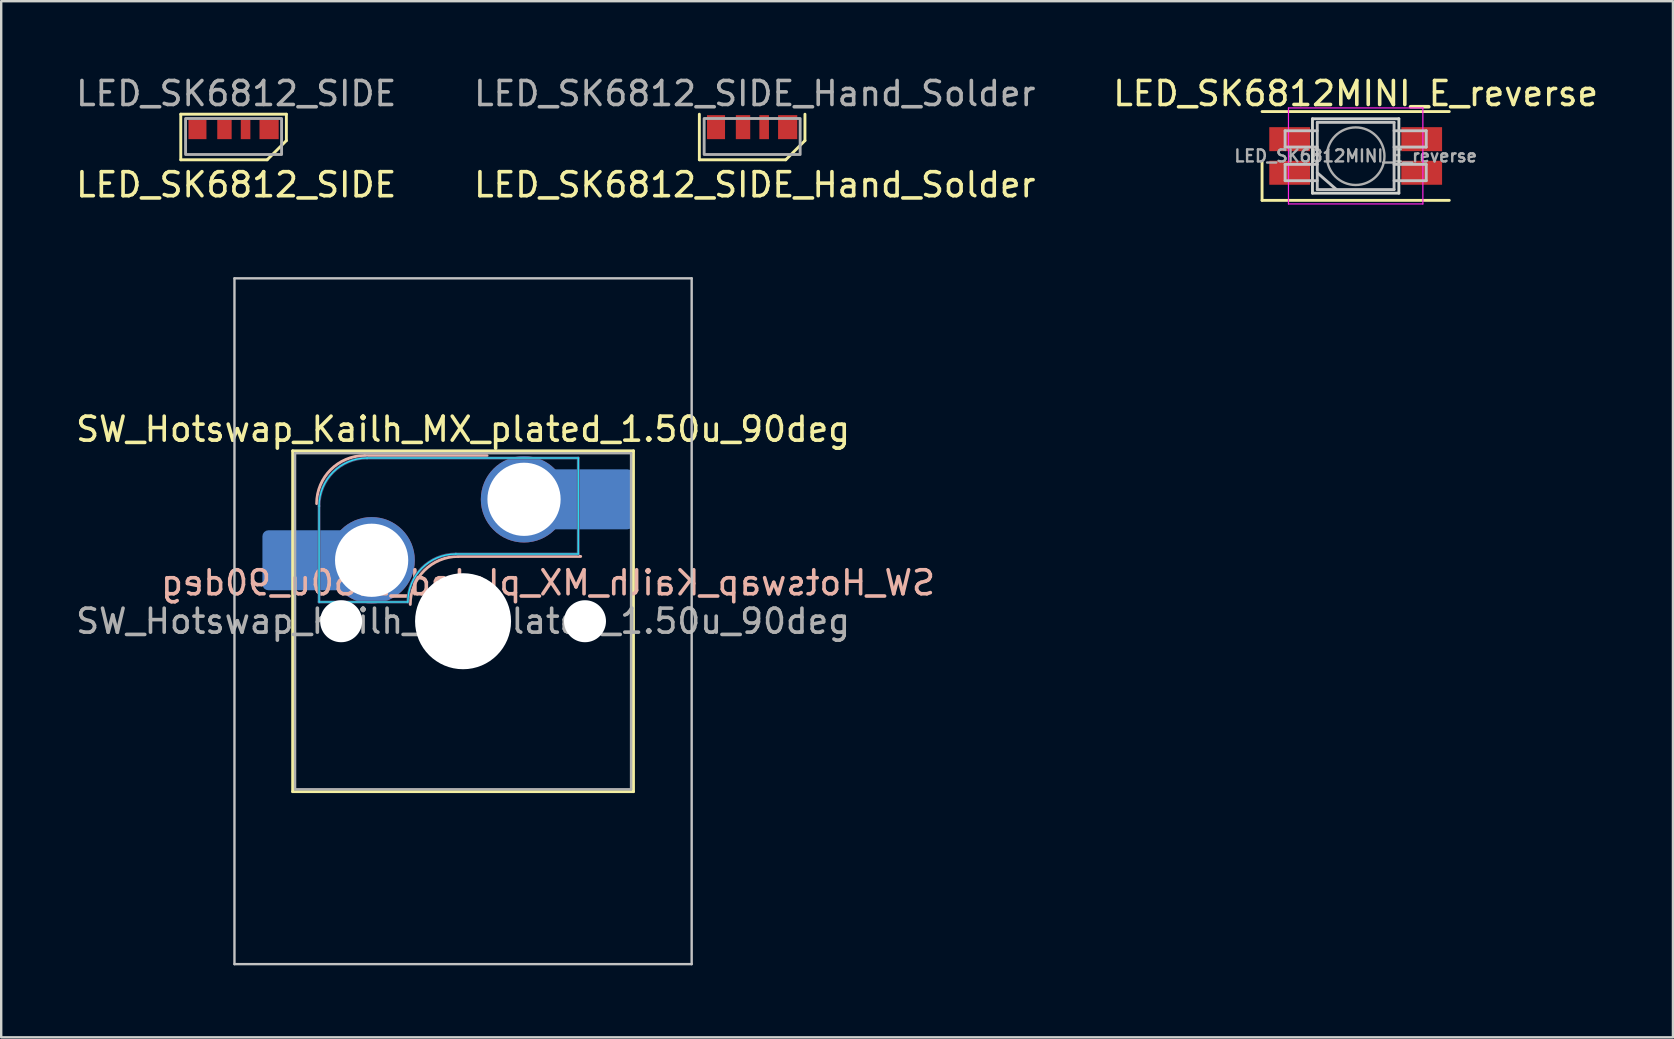
<source format=kicad_pcb>
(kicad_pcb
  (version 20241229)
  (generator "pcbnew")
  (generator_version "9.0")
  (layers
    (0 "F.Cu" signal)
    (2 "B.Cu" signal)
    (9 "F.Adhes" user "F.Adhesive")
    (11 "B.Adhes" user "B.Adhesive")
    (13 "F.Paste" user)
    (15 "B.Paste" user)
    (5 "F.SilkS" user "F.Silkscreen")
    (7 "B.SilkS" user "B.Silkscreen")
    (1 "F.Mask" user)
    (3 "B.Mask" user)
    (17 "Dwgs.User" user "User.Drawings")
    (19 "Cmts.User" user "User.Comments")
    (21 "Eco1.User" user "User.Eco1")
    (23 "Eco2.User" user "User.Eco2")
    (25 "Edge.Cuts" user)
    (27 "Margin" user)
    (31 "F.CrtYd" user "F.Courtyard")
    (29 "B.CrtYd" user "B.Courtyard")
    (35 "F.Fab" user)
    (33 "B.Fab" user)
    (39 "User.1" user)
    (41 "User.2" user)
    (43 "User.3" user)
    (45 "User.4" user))
  (footprint "SW_Hotswap_Kailh_MX_plated_1.50u_90deg"
    (layer "F.Cu")
    (at 16.244 22.834)
    (property "Reference" "SW_Hotswap_Kailh_MX_plated_1.50u_90deg" (at 0 -8 0) (layer "F.SilkS") (effects (font (size 1 1) (thickness 0.15))))
    (attr smd)
    (fp_line (start -7.1 -7.1) (end -7.1 7.1) (stroke (width 0.12) (type solid)) (layer "F.SilkS"))
    (fp_line (start -7.1 7.1) (end 7.1 7.1) (stroke (width 0.12) (type solid)) (layer "F.SilkS"))
    (fp_line (start 7.1 -7.1) (end -7.1 -7.1) (stroke (width 0.12) (type solid)) (layer "F.SilkS"))
    (fp_line (start 7.1 7.1) (end 7.1 -7.1) (stroke (width 0.12) (type solid)) (layer "F.SilkS"))
    (fp_line (start -4.1 -6.9) (end 1 -6.9) (stroke (width 0.12) (type solid)) (layer "B.SilkS"))
    (fp_line (start -0.2 -2.7) (end 4.9 -2.7) (stroke (width 0.12) (type solid)) (layer "B.SilkS"))
    (fp_arc (start -6.1 -4.9) (mid -5.514214 -6.314214) (end -4.1 -6.9) (stroke (width 0.12) (type solid)) (layer "B.SilkS"))
    (fp_arc (start -2.2 -0.7) (mid -1.614214 -2.114214) (end -0.2 -2.7) (stroke (width 0.12) (type solid)) (layer "B.SilkS"))
    (fp_line (start -9.525 -14.287) (end 9.525 -14.287) (stroke (width 0.1) (type solid)) (layer "Dwgs.User"))
    (fp_line (start -9.525 14.287) (end -9.525 -14.287) (stroke (width 0.1) (type solid)) (layer "Dwgs.User"))
    (fp_line (start 9.525 -14.287) (end 9.525 14.287) (stroke (width 0.1) (type solid)) (layer "Dwgs.User"))
    (fp_line (start 9.525 14.287) (end -9.525 14.287) (stroke (width 0.1) (type solid)) (layer "Dwgs.User"))
    (fp_line (start -7.8 -6) (end -7 -6) (stroke (width 0.1) (type solid)) (layer "Eco1.User"))
    (fp_line (start -7.8 -2.9) (end -7.8 -6) (stroke (width 0.1) (type solid)) (layer "Eco1.User"))
    (fp_line (start -7.8 2.9) (end -7 2.9) (stroke (width 0.1) (type solid)) (layer "Eco1.User"))
    (fp_line (start -7.8 6) (end -7.8 2.9) (stroke (width 0.1) (type solid)) (layer "Eco1.User"))
    (fp_line (start -7 -7) (end 7 -7) (stroke (width 0.1) (type solid)) (layer "Eco1.User"))
    (fp_line (start -7 -6) (end -7 -7) (stroke (width 0.1) (type solid)) (layer "Eco1.User"))
    (fp_line (start -7 -2.9) (end -7.8 -2.9) (stroke (width 0.1) (type solid)) (layer "Eco1.User"))
    (fp_line (start -7 2.9) (end -7 -2.9) (stroke (width 0.1) (type solid)) (layer "Eco1.User"))
    (fp_line (start -7 6) (end -7.8 6) (stroke (width 0.1) (type solid)) (layer "Eco1.User"))
    (fp_line (start -7 7) (end -7 6) (stroke (width 0.1) (type solid)) (layer "Eco1.User"))
    (fp_line (start 7 -7) (end 7 -6) (stroke (width 0.1) (type solid)) (layer "Eco1.User"))
    (fp_line (start 7 -6) (end 7.8 -6) (stroke (width 0.1) (type solid)) (layer "Eco1.User"))
    (fp_line (start 7 -2.9) (end 7 2.9) (stroke (width 0.1) (type solid)) (layer "Eco1.User"))
    (fp_line (start 7 2.9) (end 7.8 2.9) (stroke (width 0.1) (type solid)) (layer "Eco1.User"))
    (fp_line (start 7 6) (end 7 7) (stroke (width 0.1) (type solid)) (layer "Eco1.User"))
    (fp_line (start 7 7) (end -7 7) (stroke (width 0.1) (type solid)) (layer "Eco1.User"))
    (fp_line (start 7.8 -6) (end 7.8 -2.9) (stroke (width 0.1) (type solid)) (layer "Eco1.User"))
    (fp_line (start 7.8 -2.9) (end 7 -2.9) (stroke (width 0.1) (type solid)) (layer "Eco1.User"))
    (fp_line (start 7.8 2.9) (end 7.8 6) (stroke (width 0.1) (type solid)) (layer "Eco1.User"))
    (fp_line (start 7.8 6) (end 7 6) (stroke (width 0.1) (type solid)) (layer "Eco1.User"))
    (fp_line (start -6 -0.8) (end -6 -4.8) (stroke (width 0.05) (type solid)) (layer "B.CrtYd"))
    (fp_line (start -6 -0.8) (end -2.3 -0.8) (stroke (width 0.05) (type solid)) (layer "B.CrtYd"))
    (fp_line (start -4 -6.8) (end 4.8 -6.8) (stroke (width 0.05) (type solid)) (layer "B.CrtYd"))
    (fp_line (start -0.3 -2.8) (end 4.8 -2.8) (stroke (width 0.05) (type solid)) (layer "B.CrtYd"))
    (fp_line (start 4.8 -6.8) (end 4.8 -2.8) (stroke (width 0.05) (type solid)) (layer "B.CrtYd"))
    (fp_arc (start -6 -4.8) (mid -5.414214 -6.214214) (end -4 -6.8) (stroke (width 0.05) (type solid)) (layer "B.CrtYd"))
    (fp_arc (start -2.3 -0.8) (mid -1.714214 -2.214214) (end -0.3 -2.8) (stroke (width 0.05) (type solid)) (layer "B.CrtYd"))
    (fp_line (start -6 -0.8) (end -6 -4.8) (stroke (width 0.12) (type solid)) (layer "B.Fab"))
    (fp_line (start -6 -0.8) (end -2.3 -0.8) (stroke (width 0.12) (type solid)) (layer "B.Fab"))
    (fp_line (start -4 -6.8) (end 4.8 -6.8) (stroke (width 0.12) (type solid)) (layer "B.Fab"))
    (fp_line (start -0.3 -2.8) (end 4.8 -2.8) (stroke (width 0.12) (type solid)) (layer "B.Fab"))
    (fp_line (start 4.8 -6.8) (end 4.8 -2.8) (stroke (width 0.12) (type solid)) (layer "B.Fab"))
    (fp_arc (start -6 -4.8) (mid -5.414214 -6.214214) (end -4 -6.8) (stroke (width 0.12) (type solid)) (layer "B.Fab"))
    (fp_arc (start -2.3 -0.8) (mid -1.714214 -2.214214) (end -0.3 -2.8) (stroke (width 0.12) (type solid)) (layer "B.Fab"))
    (fp_line (start -7 -7) (end -7 7) (stroke (width 0.1) (type solid)) (layer "F.Fab"))
    (fp_line (start -7 7) (end 7 7) (stroke (width 0.1) (type solid)) (layer "F.Fab"))
    (fp_line (start 7 -7) (end -7 -7) (stroke (width 0.1) (type solid)) (layer "F.Fab"))
    (fp_line (start 7 7) (end 7 -7) (stroke (width 0.1) (type solid)) (layer "F.Fab"))
    (fp_text user "${REFERENCE}" (at 3.54 -1.6 0) (layer "B.SilkS") (effects (font (size 1 1) (thickness 0.15)) (justify mirror)))
    (fp_text user "${REFERENCE}" (at 0 0 0) (layer "F.Fab") (effects (font (size 1 1) (thickness 0.15))))
    (pad "" smd roundrect (at -7.085 -2.54) (size 2.55 2.5) (layers "B.Mask" "B.Paste") (roundrect_rratio 0.1))
    (pad "" np_thru_hole circle (at -5.08 0) (size 1.75 1.75) (drill 1.75) (layers "*.Cu" "*.Mask"))
    (pad "" smd circle (at -3.81 -2.54) (size 3.1 3.1) (layers "F.Mask"))
    (pad "" np_thru_hole circle (at 0 0) (size 4 4) (drill 4) (layers "*.Cu" "*.Mask"))
    (pad "" smd circle (at 2.54 -5.08) (size 3.1 3.1) (layers "F.Mask"))
    (pad "" np_thru_hole circle (at 5.08 0) (size 1.75 1.75) (drill 1.75) (layers "*.Cu" "*.Mask"))
    (pad "" smd roundrect (at 5.842 -5.08) (size 2.55 2.5) (layers "B.Mask" "B.Paste") (roundrect_rratio 0.1))
    (pad "1" smd roundrect (at -6.585 -2.54) (size 3.55 2.5) (layers "B.Cu") (roundrect_rratio 0.1))
    (pad "1" thru_hole circle (at -3.81 -2.54) (size 3.6 3.6) (drill 3.05) (layers "*.Cu" "B.Mask"))
    (pad "2" thru_hole circle (at 2.54 -5.08) (size 3.6 3.6) (drill 3.05) (layers "*.Cu" "B.Mask"))
    (pad "2" smd roundrect (at 5.32 -5.08) (size 3.55 2.5) (layers "B.Cu") (roundrect_rratio 0.1)))
  (footprint "LED_SK6812_SIDE"
    (layer "F.Cu")
    (at 6.792 2.348)
    (property "Reference" "LED_SK6812_SIDE" (at 0 2.3 0) (unlocked yes) (layer "F.SilkS") (effects (font (size 1 1) (thickness 0.15))))
    (attr smd)
    (fp_line (start -2.31 -0.64) (end 2.09 -0.64) (stroke (width 0.12) (type solid)) (layer "F.SilkS"))
    (fp_line (start -2.31 1.26) (end -2.31 -0.64) (stroke (width 0.12) (type solid)) (layer "F.SilkS"))
    (fp_line (start -2.31 1.26) (end 1.29 1.26) (stroke (width 0.12) (type solid)) (layer "F.SilkS"))
    (fp_line (start 2.09 -0.64) (end 2.09 0.46) (stroke (width 0.12) (type solid)) (layer "F.SilkS"))
    (fp_line (start 2.09 0.46) (end 1.29 1.26) (stroke (width 0.12) (type solid)) (layer "F.SilkS"))
    (fp_rect (start -2.11 -0.46) (end 1.89 1.04) (stroke (width 0.12) (type solid)) (fill no) (layer "F.Fab"))
    (fp_text user "${REFERENCE}" (at 0 -1.5 0) (unlocked yes) (layer "F.Fab") (effects (font (size 1 1) (thickness 0.15))))
    (pad "1" smd rect (at -1.615 0) (size 0.75 0.8) (layers "F.Cu" "F.Mask" "F.Paste"))
    (pad "2" smd rect (at -0.49 0) (size 0.6 0.8) (layers "F.Cu" "F.Mask" "F.Paste"))
    (pad "3" smd rect (at 0.39 0) (size 0.4 0.8) (layers "F.Cu" "F.Mask" "F.Paste"))
    (pad "4" smd rect (at 1.37 0) (size 0.8 0.8) (layers "F.Cu" "F.Mask" "F.Paste")))
  (footprint "LED_SK6812_SIDE_Hand_Solder"
    (layer "F.Cu")
    (at 28.399 2.348)
    (property "Reference" "LED_SK6812_SIDE_Hand_Solder" (at 0 2.3 0) (unlocked yes) (layer "F.SilkS") (effects (font (size 1 1) (thickness 0.15))))
    (attr smd)
    (fp_line (start -2.31 1.26) (end -2.31 -0.64) (stroke (width 0.12) (type solid)) (layer "F.SilkS"))
    (fp_line (start -2.31 1.26) (end 1.29 1.26) (stroke (width 0.12) (type solid)) (layer "F.SilkS"))
    (fp_line (start 2.09 -0.64) (end 2.09 0.46) (stroke (width 0.12) (type solid)) (layer "F.SilkS"))
    (fp_line (start 2.09 0.46) (end 1.29 1.26) (stroke (width 0.12) (type solid)) (layer "F.SilkS"))
    (fp_rect (start -2.11 -0.46) (end 1.89 1.04) (stroke (width 0.12) (type solid)) (fill no) (layer "F.Fab"))
    (fp_text user "${REFERENCE}" (at 0 -1.5 0) (unlocked yes) (layer "F.Fab") (effects (font (size 1 1) (thickness 0.15))))
    (pad "1" smd rect (at -1.615 -0.1) (size 0.75 1) (layers "F.Cu" "F.Mask" "F.Paste"))
    (pad "2" smd rect (at -0.49 -0.1) (size 0.6 1) (layers "F.Cu" "F.Mask" "F.Paste"))
    (pad "3" smd rect (at 0.39 -0.1) (size 0.4 1) (layers "F.Cu" "F.Mask" "F.Paste"))
    (pad "4" smd rect (at 1.37 -0.1) (size 0.8 1) (layers "F.Cu" "F.Mask" "F.Paste")))
  (footprint "LED_SK6812MINI_E_reverse"
    (layer "F.Cu")
    (at 53.435 3.448)
    (property "Reference" "LED_SK6812MINI_E_reverse" (at 0 -2.6 0) (unlocked yes) (layer "F.SilkS") (effects (font (size 1 1) (thickness 0.15))))
    (attr through_hole)
    (fp_line (start -3.9 0.25) (end -3.9 1.85) (stroke (width 0.12) (type solid)) (layer "F.SilkS"))
    (fp_line (start -3.9 1.85) (end 3.9 1.85) (stroke (width 0.12) (type solid)) (layer "F.SilkS"))
    (fp_line (start 3.9 -1.85) (end -3.9 -1.85) (stroke (width 0.12) (type solid)) (layer "F.SilkS"))
    (fp_line (start -2.94 -1.05) (end -2.94 -0.37) (stroke (width 0.12) (type solid)) (layer "Dwgs.User"))
    (fp_line (start -2.94 -0.37) (end -1.6 -0.37) (stroke (width 0.12) (type solid)) (layer "Dwgs.User"))
    (fp_line (start -2.94 0.35) (end -2.94 1.03) (stroke (width 0.12) (type solid)) (layer "Dwgs.User"))
    (fp_line (start -2.94 1.03) (end -1.6 1.03) (stroke (width 0.12) (type solid)) (layer "Dwgs.User"))
    (fp_line (start -1.6 -1.4) (end -1.6 1.4) (stroke (width 0.12) (type solid)) (layer "Dwgs.User"))
    (fp_line (start -1.6 -1.4) (end 1.6 -1.4) (stroke (width 0.12) (type solid)) (layer "Dwgs.User"))
    (fp_line (start -1.6 -1.05) (end -2.94 -1.05) (stroke (width 0.12) (type solid)) (layer "Dwgs.User"))
    (fp_line (start -1.6 0.35) (end -2.94 0.35) (stroke (width 0.12) (type solid)) (layer "Dwgs.User"))
    (fp_line (start -1.6 0.7) (end -0.8 1.4) (stroke (width 0.12) (type solid)) (layer "Dwgs.User"))
    (fp_line (start -1.6 1.4) (end 1.6 1.4) (stroke (width 0.12) (type solid)) (layer "Dwgs.User"))
    (fp_line (start 1.6 -1.4) (end 1.6 1.4) (stroke (width 0.12) (type solid)) (layer "Dwgs.User"))
    (fp_line (start 1.6 -0.37) (end 2.94 -0.37) (stroke (width 0.12) (type solid)) (layer "Dwgs.User"))
    (fp_line (start 1.6 1.03) (end 2.94 1.03) (stroke (width 0.12) (type solid)) (layer "Dwgs.User"))
    (fp_line (start 2.94 -1.05) (end 1.6 -1.05) (stroke (width 0.12) (type solid)) (layer "Dwgs.User"))
    (fp_line (start 2.94 -0.37) (end 2.94 -1.05) (stroke (width 0.12) (type solid)) (layer "Dwgs.User"))
    (fp_line (start 2.94 0.35) (end 1.6 0.35) (stroke (width 0.12) (type solid)) (layer "Dwgs.User"))
    (fp_line (start 2.94 1.03) (end 2.94 0.35) (stroke (width 0.12) (type solid)) (layer "Dwgs.User"))
    (fp_line (start -1.8 -1.55) (end -1.8 1.55) (stroke (width 0.12) (type solid)) (layer "Edge.Cuts"))
    (fp_line (start -1.8 1.55) (end 1.8 1.55) (stroke (width 0.12) (type solid)) (layer "Edge.Cuts"))
    (fp_line (start 1.8 -1.55) (end -1.8 -1.55) (stroke (width 0.12) (type solid)) (layer "Edge.Cuts"))
    (fp_line (start 1.8 1.55) (end 1.8 -1.55) (stroke (width 0.12) (type solid)) (layer "Edge.Cuts"))
    (fp_line (start -2.8 -2) (end 2.8 -2) (stroke (width 0.05) (type solid)) (layer "F.CrtYd"))
    (fp_line (start -2.8 2) (end -2.8 -2) (stroke (width 0.05) (type solid)) (layer "F.CrtYd"))
    (fp_line (start 2.8 -2) (end 2.8 2) (stroke (width 0.05) (type solid)) (layer "F.CrtYd"))
    (fp_line (start 2.8 2) (end -2.8 2) (stroke (width 0.05) (type solid)) (layer "F.CrtYd"))
    (fp_circle (center 0 0.01) (end 0.92 0.78) (stroke (width 0.1) (type solid)) (fill no) (layer "F.Fab"))
    (fp_text user "${REFERENCE}" (at 0 0 0) (unlocked yes) (layer "F.Fab") (effects (font (size 0.5 0.5) (thickness 0.1))))
    (pad "1" smd rect (at -2.75 0.7) (size 1.7 1) (layers "F.Cu" "F.Mask" "F.Paste"))
    (pad "2" smd rect (at -2.75 -0.7) (size 1.7 1) (layers "F.Cu" "F.Mask" "F.Paste"))
    (pad "3" smd rect (at 2.75 -0.7) (size 1.7 1) (layers "F.Cu" "F.Mask" "F.Paste"))
    (pad "4" smd rect (at 2.75 0.7) (size 1.7 1) (layers "F.Cu" "F.Mask" "F.Paste")))
  (gr_rect
    (start -3 -3)
    (end 66.655 40.172)
    (stroke (width 0.1) (type default))
    (fill no)
    (layer "Edge.Cuts")))
</source>
